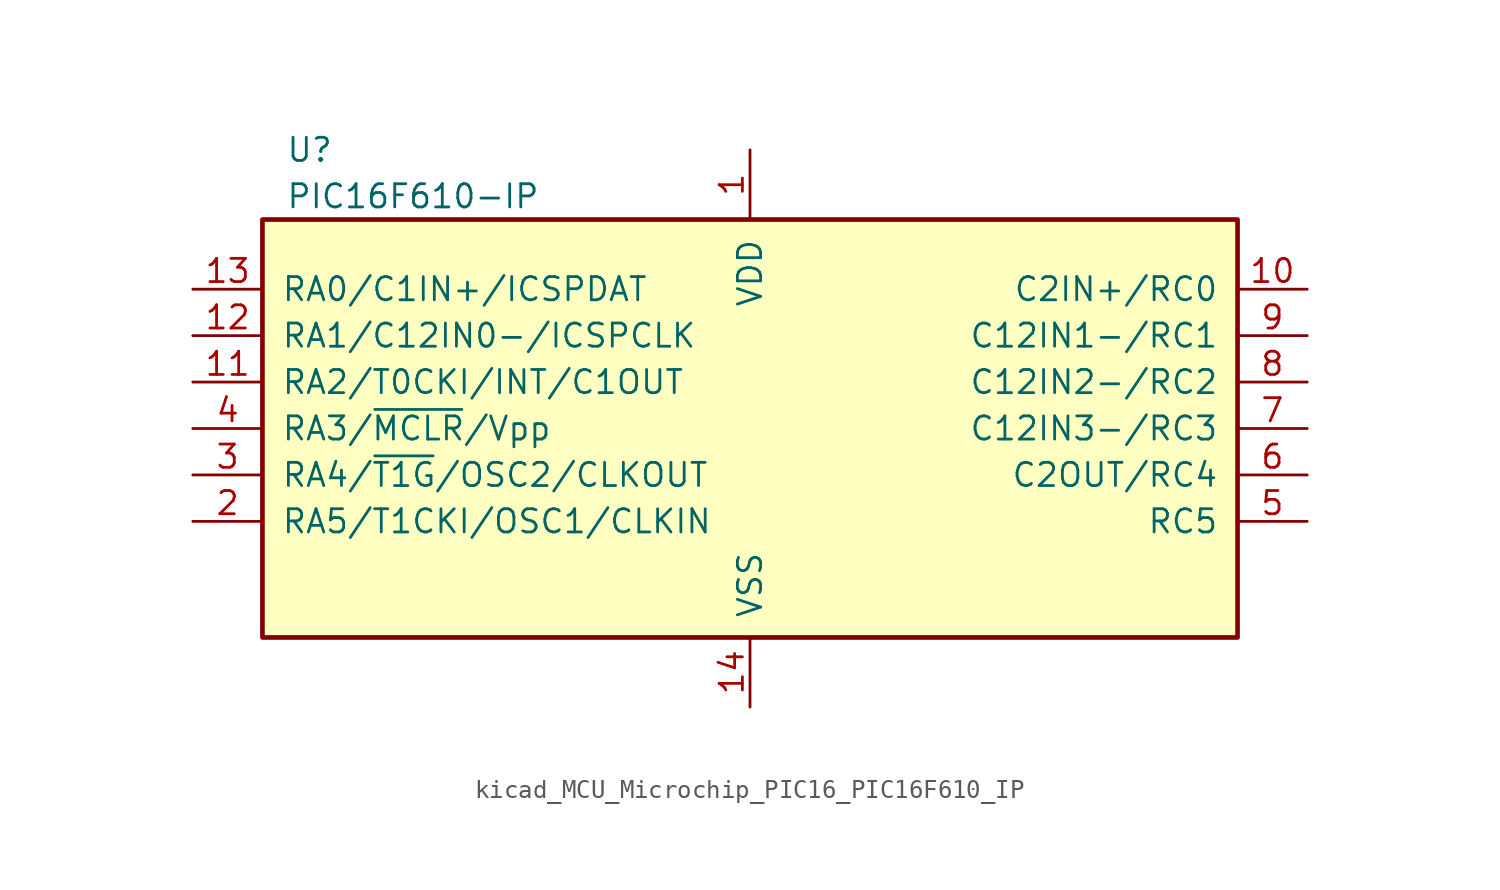
<source format=kicad_sym>
(kicad_symbol_lib
  (version 20220914)
  (generator kicad_symbol_editor)
  (symbol "kicad_MCU_Microchip_PIC16_PIC16F610_IP"
    (pin_names
      (offset 1.016))
    (property "Reference" "U"
      (at -25.4 15.24 0)
      (effects (font (size 1.27 1.27)) (justify left)))
    (property "Value" "PIC16F610-IP"
      (at -25.4 12.7 0)
      (effects (font (size 1.27 1.27)) (justify left)))
    (symbol "kicad_MCU_Microchip_PIC16_PIC16F610_IP_0_1"
      (rectangle (start -26.67 11.43) (end 26.67 -11.43) (stroke (width 0.254) (type default)) (fill (type background))))
    (symbol "kicad_MCU_Microchip_PIC16_PIC16F610_IP_1_1"
      (pin power_in line (at 0 15.24 270) (length 3.81) (name "VDD" (effects (font (size 1.27 1.27)))) (number "1" (effects (font (size 1.27 1.27)))))
      (pin bidirectional line (at 30.48 7.62 180) (length 3.81) (name "C2IN+/RC0" (effects (font (size 1.27 1.27)))) (number "10" (effects (font (size 1.27 1.27)))))
      (pin bidirectional line (at -30.48 2.54 0) (length 3.81) (name "RA2/T0CKI/INT/C1OUT" (effects (font (size 1.27 1.27)))) (number "11" (effects (font (size 1.27 1.27)))))
      (pin bidirectional line (at -30.48 5.08 0) (length 3.81) (name "RA1/C12IN0-/ICSPCLK" (effects (font (size 1.27 1.27)))) (number "12" (effects (font (size 1.27 1.27)))))
      (pin bidirectional line (at -30.48 7.62 0) (length 3.81) (name "RA0/C1IN+/ICSPDAT" (effects (font (size 1.27 1.27)))) (number "13" (effects (font (size 1.27 1.27)))))
      (pin power_in line (at 0 -15.24 90) (length 3.81) (name "VSS" (effects (font (size 1.27 1.27)))) (number "14" (effects (font (size 1.27 1.27)))))
      (pin bidirectional line (at -30.48 -5.08 0) (length 3.81) (name "RA5/T1CKI/OSC1/CLKIN" (effects (font (size 1.27 1.27)))) (number "2" (effects (font (size 1.27 1.27)))))
      (pin bidirectional line (at -30.48 -2.54 0) (length 3.81) (name "RA4/~{T1G}/OSC2/CLKOUT" (effects (font (size 1.27 1.27)))) (number "3" (effects (font (size 1.27 1.27)))))
      (pin input line (at -30.48 0 0) (length 3.81) (name "RA3/~{MCLR}/Vpp" (effects (font (size 1.27 1.27)))) (number "4" (effects (font (size 1.27 1.27)))))
      (pin bidirectional line (at 30.48 -5.08 180) (length 3.81) (name "RC5" (effects (font (size 1.27 1.27)))) (number "5" (effects (font (size 1.27 1.27)))))
      (pin bidirectional line (at 30.48 -2.54 180) (length 3.81) (name "C2OUT/RC4" (effects (font (size 1.27 1.27)))) (number "6" (effects (font (size 1.27 1.27)))))
      (pin bidirectional line (at 30.48 0 180) (length 3.81) (name "C12IN3-/RC3" (effects (font (size 1.27 1.27)))) (number "7" (effects (font (size 1.27 1.27)))))
      (pin bidirectional line (at 30.48 2.54 180) (length 3.81) (name "C12IN2-/RC2" (effects (font (size 1.27 1.27)))) (number "8" (effects (font (size 1.27 1.27)))))
      (pin bidirectional line (at 30.48 5.08 180) (length 3.81) (name "C12IN1-/RC1" (effects (font (size 1.27 1.27)))) (number "9" (effects (font (size 1.27 1.27))))))))
</source>
